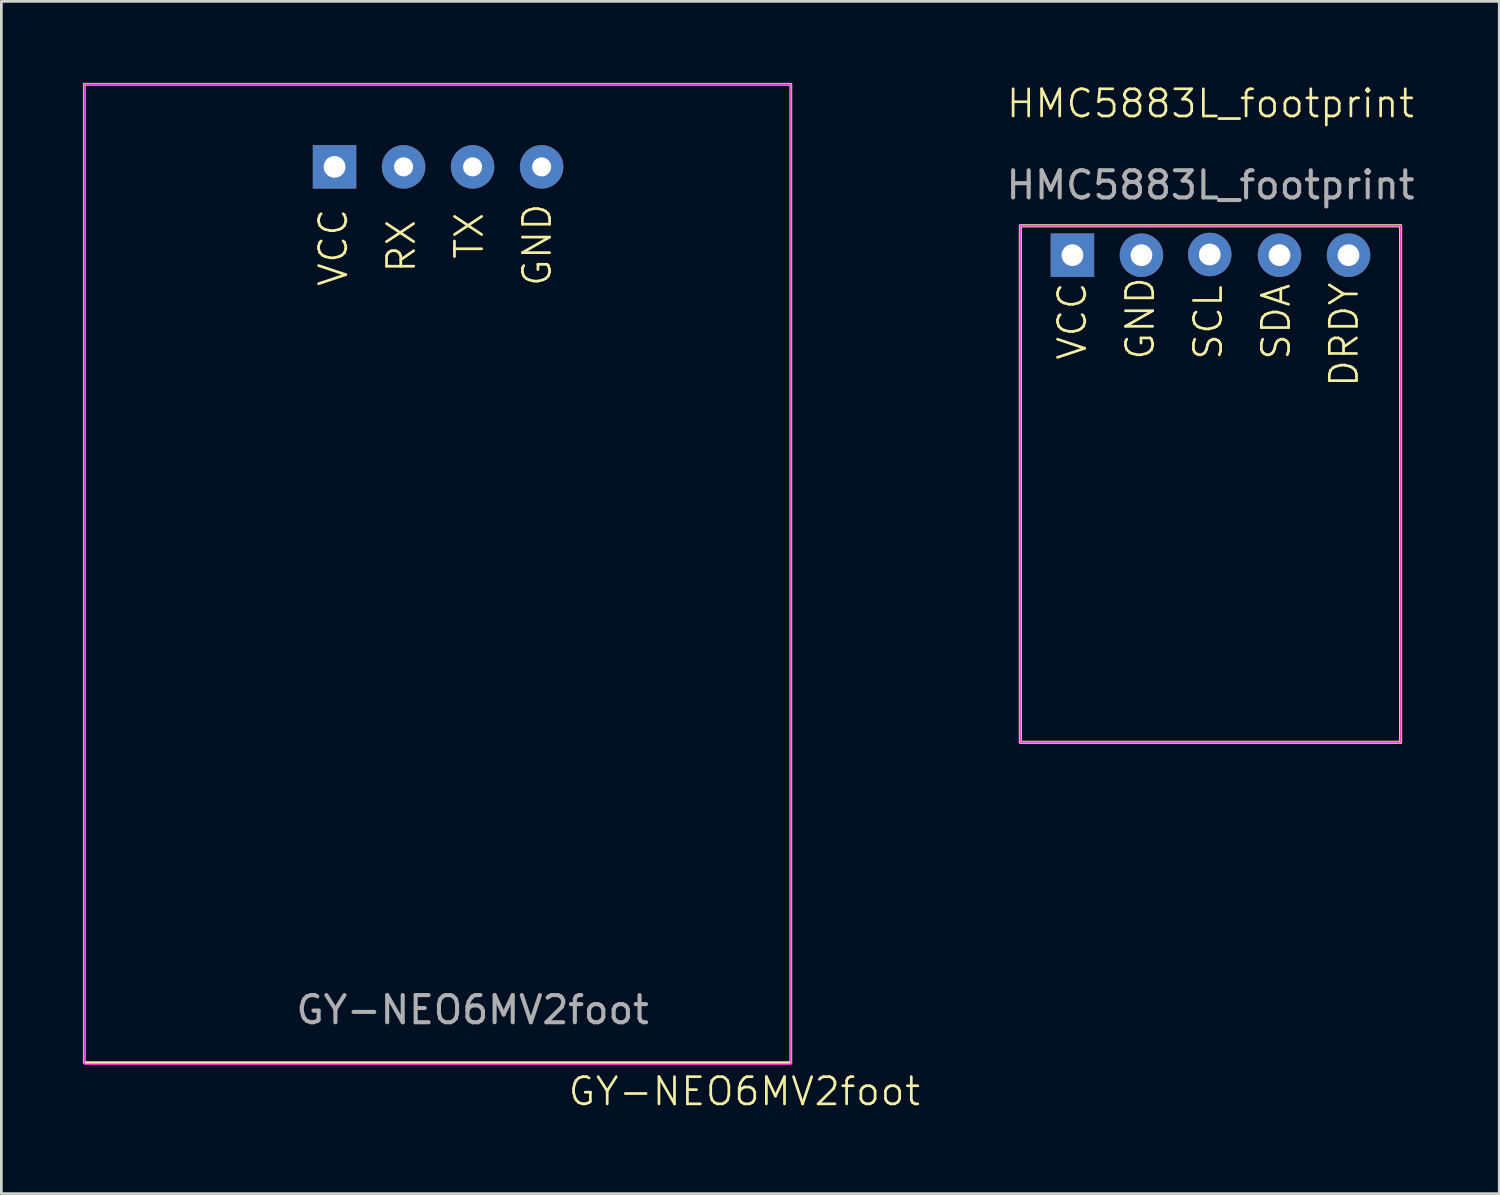
<source format=kicad_pcb>
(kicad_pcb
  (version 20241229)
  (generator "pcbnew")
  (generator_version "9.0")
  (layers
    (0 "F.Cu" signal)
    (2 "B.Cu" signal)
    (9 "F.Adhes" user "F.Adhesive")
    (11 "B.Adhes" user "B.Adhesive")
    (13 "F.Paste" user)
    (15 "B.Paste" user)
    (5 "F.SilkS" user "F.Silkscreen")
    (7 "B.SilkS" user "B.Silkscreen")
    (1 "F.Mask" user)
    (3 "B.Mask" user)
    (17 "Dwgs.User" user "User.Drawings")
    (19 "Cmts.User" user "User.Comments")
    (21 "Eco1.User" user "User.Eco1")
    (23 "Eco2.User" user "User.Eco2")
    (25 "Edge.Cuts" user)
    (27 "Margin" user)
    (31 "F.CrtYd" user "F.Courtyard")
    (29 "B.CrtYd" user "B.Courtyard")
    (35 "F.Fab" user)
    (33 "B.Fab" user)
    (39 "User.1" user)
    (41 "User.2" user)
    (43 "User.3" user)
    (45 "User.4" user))
  (footprint "HMC5883L_footprint"
    (layer "F.Cu")
    (at 41.491 1.26)
    (property "Reference" "HMC5883L_footprint" (at 0 -0.5 0) (unlocked yes) (layer "F.SilkS") (effects (font (size 1 1) (thickness 0.1))))
    (attr smd)
    (fp_line (start -7 4) (end 7 4) (stroke (width 0.1) (type default)) (layer "F.SilkS"))
    (fp_line (start -7 23) (end -7 4) (stroke (width 0.1) (type default)) (layer "F.SilkS"))
    (fp_line (start 7 4) (end 7 23) (stroke (width 0.1) (type default)) (layer "F.SilkS"))
    (fp_line (start 7 23) (end -7 23) (stroke (width 0.1) (type default)) (layer "F.SilkS"))
    (fp_rect (start -7 4) (end 7 23) (stroke (width 0.1) (type default)) (fill no) (layer "F.SilkS"))
    (fp_rect (start -7 4) (end 7 23) (stroke (width 0.05) (type solid)) (fill no) (layer "F.CrtYd"))
    (fp_text user "VCC" (at -4.5 9 90) (unlocked yes) (layer "F.SilkS") (effects (font (size 1 1) (thickness 0.1)) (justify left bottom)))
    (fp_text user "SDA" (at 3 9 90) (unlocked yes) (layer "F.SilkS") (effects (font (size 1 1) (thickness 0.1)) (justify left bottom)))
    (fp_text user "SCL" (at 0.5 9 90) (unlocked yes) (layer "F.SilkS") (effects (font (size 1 1) (thickness 0.1)) (justify left bottom)))
    (fp_text user "GND" (at -2 9 90) (unlocked yes) (layer "F.SilkS") (effects (font (size 1 1) (thickness 0.1)) (justify left bottom)))
    (fp_text user "DRDY" (at 5.5 10 90) (unlocked yes) (layer "F.SilkS") (effects (font (size 1 1) (thickness 0.1)) (justify left bottom)))
    (fp_text user "${REFERENCE}" (at 0 2.5 0) (unlocked yes) (layer "F.Fab") (effects (font (size 1 1) (thickness 0.15))))
    (pad "1" thru_hole rect (at -5.08 5.08) (size 1.6 1.6) (drill 0.8) (layers "*.Cu" "*.Mask"))
    (pad "2" thru_hole circle (at -2.54 5.08) (size 1.6 1.6) (drill 0.8) (layers "*.Cu" "*.Mask"))
    (pad "3" thru_hole circle (at -0.027 5.055) (size 1.6 1.6) (drill 0.8) (layers "*.Cu" "*.Mask"))
    (pad "4" thru_hole circle (at 2.54 5.08) (size 1.6 1.6) (drill 0.8) (layers "*.Cu" "*.Mask"))
    (pad "5" thru_hole circle (at 5.08 5.08) (size 1.6 1.6) (drill 0.8) (layers "*.Cu" "*.Mask"))
    (zone (net_name "") (layer "F.SilkS") (hatch edge 0.5) (connect_pads) (min_thickness 0.25) (filled_areas_thickness no) (keepout (tracks allowed) (vias allowed) (pads not_allowed) (copperpour allowed) (footprints not_allowed)) (placement (enabled no)) (fill) (polygon (pts (xy 34.491 5.261) (xy 48.491 5.261) (xy 48.491 24.261) (xy 34.491 24.261)))))
  (footprint "GY-NEO6MV2foot"
    (layer "F.Cu")
    (at 11.8 0.55)
    (property "Reference" "GY-NEO6MV2foot" (at 12.54 36.56 0) (unlocked yes) (layer "F.SilkS") (effects (font (size 1 1) (thickness 0.1))))
    (attr smd)
    (fp_line (start -11.75 -0.5) (end 14.25 -0.5) (stroke (width 0.1) (type default)) (layer "F.SilkS"))
    (fp_line (start -11.75 35.5) (end -11.75 -0.5) (stroke (width 0.1) (type default)) (layer "F.SilkS"))
    (fp_line (start 14.25 -0.5) (end 14.25 35.5) (stroke (width 0.1) (type default)) (layer "F.SilkS"))
    (fp_line (start 14.25 35.5) (end -11.75 35.5) (stroke (width 0.1) (type default)) (layer "F.SilkS"))
    (fp_rect (start -11.75 -0.5) (end 14.25 35.56) (stroke (width 0.05) (type solid)) (fill no) (layer "F.CrtYd"))
    (fp_text user "TX" (at 3 6 90) (unlocked yes) (layer "F.SilkS") (effects (font (size 1 1) (thickness 0.1)) (justify left bottom)))
    (fp_text user "VCC" (at -2 7 90) (unlocked yes) (layer "F.SilkS") (effects (font (size 1 1) (thickness 0.1)) (justify left bottom)))
    (fp_text user "RX" (at 0.5 6.5 90) (unlocked yes) (layer "F.SilkS") (effects (font (size 1 1) (thickness 0.1)) (justify left bottom)))
    (fp_text user "GND" (at 5.5 7 90) (unlocked yes) (layer "F.SilkS") (effects (font (size 1 1) (thickness 0.1)) (justify left bottom)))
    (fp_text user "${REFERENCE}" (at 2.54 33.56 0) (unlocked yes) (layer "F.Fab") (effects (font (size 1 1) (thickness 0.15))))
    (pad "1" thru_hole rect (at -2.54 2.54) (size 1.6 1.6) (drill 0.8) (layers "*.Cu" "*.Mask"))
    (pad "2" thru_hole circle (at 0 2.54) (size 1.6 1.6) (drill 0.7) (layers "*.Cu" "*.Mask"))
    (pad "3" thru_hole circle (at 2.54 2.54) (size 1.6 1.6) (drill 0.7) (layers "*.Cu" "*.Mask"))
    (pad "4" thru_hole circle (at 5.08 2.54) (size 1.6 1.6) (drill 0.7) (layers "*.Cu" "*.Mask"))
    (zone (net_name "") (layer "F.SilkS") (hatch edge 0.5) (connect_pads) (min_thickness 0.25) (filled_areas_thickness no) (keepout (tracks allowed) (vias allowed) (pads not_allowed) (copperpour allowed) (footprints not_allowed)) (placement (enabled no)) (fill) (polygon (pts (xy 0.05 0.11) (xy 26.05 0.11) (xy 26.05 36.11) (xy 0.05 36.11)))))
  (gr_rect
    (start -3 -3)
    (end 52.116 40.87)
    (stroke (width 0.1) (type default))
    (fill no)
    (layer "Edge.Cuts")))
</source>
